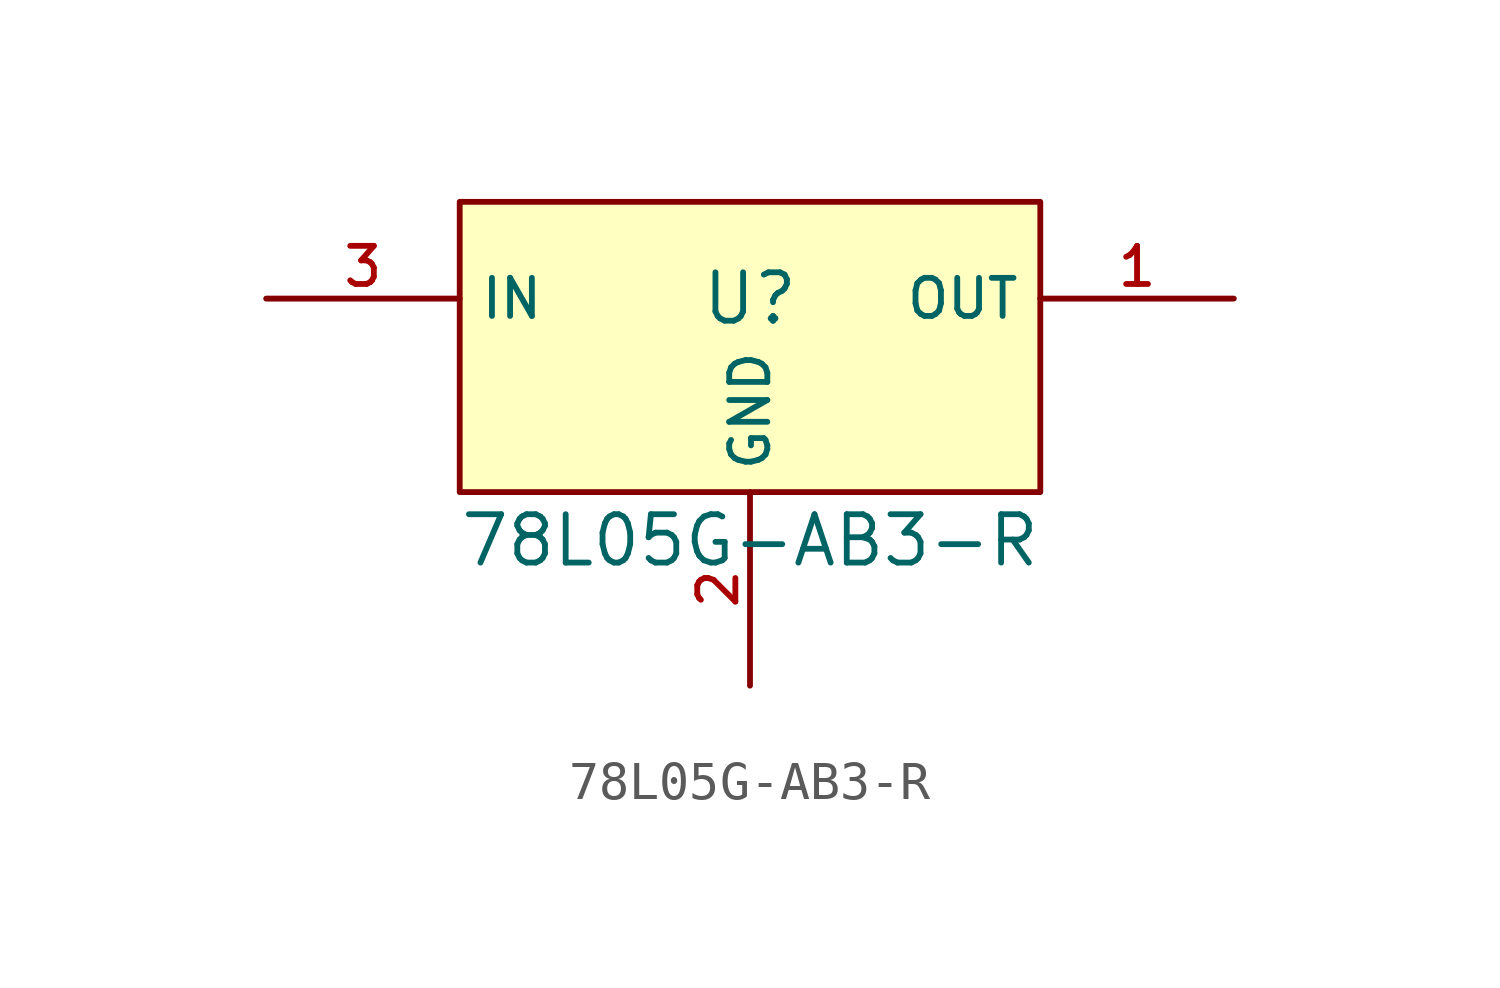
<source format=kicad_sym>
(kicad_symbol_lib
  (version 20231120)
  (generator "kicad_symbol_editor")
  (generator_version "8.0")
  (symbol "78L05G-AB3-R"
    (property "Reference" "U"
      (at 0 3.81 0)
      (effects (font (size 1.27 1.27))))
    (property "Value" "78L05G-AB3-R"
      (at 0 -2.54 0)
      (effects (font (size 1.27 1.27))))
    (symbol "78L05G-AB3-R_0_1"
      (rectangle (start -7.62 6.35) (end 7.62 -1.27) (stroke (width 0) (type default)) (fill (type background)))
      (pin power_in line (at 12.7 3.81 180) (length 5.08) (name "OUT" (effects (font (size 1 1)))) (number "1" (effects (font (size 1 1)))))
      (pin power_in line (at 0 -6.35 90) (length 5.08) (name "GND" (effects (font (size 1 1)))) (number "2" (effects (font (size 1 1)))))
      (pin power_in line (at -12.7 3.81 0) (length 5.08) (name "IN" (effects (font (size 1 1)))) (number "3" (effects (font (size 1 1))))))))
</source>
